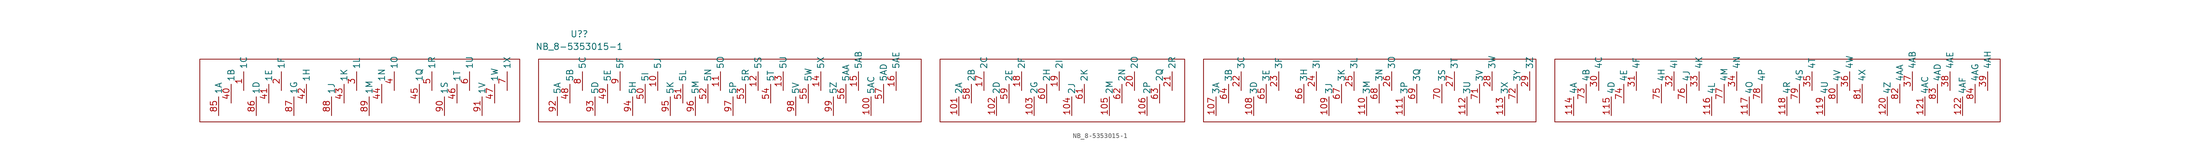
<source format=kicad_sym>
(kicad_symbol_lib
  (version 20211014)
  (generator kicad_symbol_editor)
  (symbol "NB_8-5353015-1"
    (property "Reference" "U?"
      (at -93.345 1.27 0)
      (effects (font (size 1.27 1.27))))
    (property "Value" "NB_8-5353015-1"
      (at -93.345 -1.27 0)
      (effects (font (size 1.27 1.27))))
    (symbol "NB_8-5353015-1_1_0"
      (rectangle (start -170.18 -3.81) (end -105.41 -16.51) (stroke (width 0) (type default) (color 0 0 0 0)) (fill (type none)))
      (rectangle (start -101.6 -3.81) (end -24.13 -16.51) (stroke (width 0) (type default) (color 0 0 0 0)) (fill (type none)))
      (rectangle (start -20.32 -3.81) (end 29.21 -16.51) (stroke (width 0) (type default) (color 0 0 0 0)) (fill (type none)))
      (rectangle (start 100.33 -16.51) (end 33.02 -3.81) (stroke (width 0) (type default) (color 0 0 0 0)) (fill (type none)))
      (rectangle (start 104.14 -3.81) (end 194.31 -16.51) (stroke (width 0) (type default) (color 0 0 0 0)) (fill (type none))))
    (symbol "NB_8-5353015-1_1_1"
      (pin passive line (at -161.29 -10.16 90) (length 3.81) (name "1C" (effects (font (size 1.27 1.27)))) (number "1" (effects (font (size 1.27 1.27)))))
      (pin passive line (at -77.47 -10.16 90) (length 3.81) (name "5J" (effects (font (size 1.27 1.27)))) (number "10" (effects (font (size 1.27 1.27)))))
      (pin passive line (at -34.29 -15.24 90) (length 3.81) (name "5AC" (effects (font (size 1.27 1.27)))) (number "100" (effects (font (size 1.27 1.27)))))
      (pin passive line (at -16.51 -15.24 90) (length 3.81) (name "2A" (effects (font (size 1.27 1.27)))) (number "101" (effects (font (size 1.27 1.27)))))
      (pin passive line (at -8.89 -15.24 90) (length 3.81) (name "2D" (effects (font (size 1.27 1.27)))) (number "102" (effects (font (size 1.27 1.27)))))
      (pin passive line (at -1.27 -15.24 90) (length 3.81) (name "2G" (effects (font (size 1.27 1.27)))) (number "103" (effects (font (size 1.27 1.27)))))
      (pin passive line (at 6.35 -15.24 90) (length 3.81) (name "2J" (effects (font (size 1.27 1.27)))) (number "104" (effects (font (size 1.27 1.27)))))
      (pin passive line (at 13.97 -15.24 90) (length 3.81) (name "2M" (effects (font (size 1.27 1.27)))) (number "105" (effects (font (size 1.27 1.27)))))
      (pin passive line (at 21.59 -15.24 90) (length 3.81) (name "2P" (effects (font (size 1.27 1.27)))) (number "106" (effects (font (size 1.27 1.27)))))
      (pin passive line (at 35.56 -15.24 90) (length 3.81) (name "3A" (effects (font (size 1.27 1.27)))) (number "107" (effects (font (size 1.27 1.27)))))
      (pin passive line (at 43.18 -15.24 90) (length 3.81) (name "3D" (effects (font (size 1.27 1.27)))) (number "108" (effects (font (size 1.27 1.27)))))
      (pin passive line (at 58.42 -15.24 90) (length 3.81) (name "3J" (effects (font (size 1.27 1.27)))) (number "109" (effects (font (size 1.27 1.27)))))
      (pin passive line (at -64.77 -10.16 90) (length 3.81) (name "5O" (effects (font (size 1.27 1.27)))) (number "11" (effects (font (size 1.27 1.27)))))
      (pin passive line (at 66.04 -15.24 90) (length 3.81) (name "3M" (effects (font (size 1.27 1.27)))) (number "110" (effects (font (size 1.27 1.27)))))
      (pin passive line (at 73.66 -15.24 90) (length 3.81) (name "3P" (effects (font (size 1.27 1.27)))) (number "111" (effects (font (size 1.27 1.27)))))
      (pin passive line (at 86.36 -15.24 90) (length 3.81) (name "3U" (effects (font (size 1.27 1.27)))) (number "112" (effects (font (size 1.27 1.27)))))
      (pin passive line (at 93.98 -15.24 90) (length 3.81) (name "3X" (effects (font (size 1.27 1.27)))) (number "113" (effects (font (size 1.27 1.27)))))
      (pin passive line (at 107.95 -15.24 90) (length 3.81) (name "4A" (effects (font (size 1.27 1.27)))) (number "114" (effects (font (size 1.27 1.27)))))
      (pin passive line (at 115.57 -15.24 90) (length 3.81) (name "4D" (effects (font (size 1.27 1.27)))) (number "115" (effects (font (size 1.27 1.27)))))
      (pin passive line (at 135.89 -15.24 90) (length 3.81) (name "4L" (effects (font (size 1.27 1.27)))) (number "116" (effects (font (size 1.27 1.27)))))
      (pin passive line (at 143.51 -15.24 90) (length 3.81) (name "4O" (effects (font (size 1.27 1.27)))) (number "117" (effects (font (size 1.27 1.27)))))
      (pin passive line (at 151.13 -15.24 90) (length 3.81) (name "4R" (effects (font (size 1.27 1.27)))) (number "118" (effects (font (size 1.27 1.27)))))
      (pin passive line (at 158.75 -15.24 90) (length 3.81) (name "4U" (effects (font (size 1.27 1.27)))) (number "119" (effects (font (size 1.27 1.27)))))
      (pin passive line (at -57.15 -10.16 90) (length 3.81) (name "5S" (effects (font (size 1.27 1.27)))) (number "12" (effects (font (size 1.27 1.27)))))
      (pin passive line (at 171.45 -15.24 90) (length 3.81) (name "4Z" (effects (font (size 1.27 1.27)))) (number "120" (effects (font (size 1.27 1.27)))))
      (pin passive line (at 179.07 -15.24 90) (length 3.81) (name "4AC" (effects (font (size 1.27 1.27)))) (number "121" (effects (font (size 1.27 1.27)))))
      (pin passive line (at 186.69 -15.24 90) (length 3.81) (name "4AF" (effects (font (size 1.27 1.27)))) (number "122" (effects (font (size 1.27 1.27)))))
      (pin passive line (at -52.07 -10.16 90) (length 3.81) (name "5U" (effects (font (size 1.27 1.27)))) (number "13" (effects (font (size 1.27 1.27)))))
      (pin passive line (at -44.45 -10.16 90) (length 3.81) (name "5X" (effects (font (size 1.27 1.27)))) (number "14" (effects (font (size 1.27 1.27)))))
      (pin passive line (at -36.83 -10.16 90) (length 3.81) (name "5AB" (effects (font (size 1.27 1.27)))) (number "15" (effects (font (size 1.27 1.27)))))
      (pin passive line (at -29.21 -10.16 90) (length 3.81) (name "5AE" (effects (font (size 1.27 1.27)))) (number "16" (effects (font (size 1.27 1.27)))))
      (pin passive line (at -11.43 -10.16 90) (length 3.81) (name "2C" (effects (font (size 1.27 1.27)))) (number "17" (effects (font (size 1.27 1.27)))))
      (pin passive line (at -3.81 -10.16 90) (length 3.81) (name "2F" (effects (font (size 1.27 1.27)))) (number "18" (effects (font (size 1.27 1.27)))))
      (pin passive line (at 3.81 -10.16 90) (length 3.81) (name "2I" (effects (font (size 1.27 1.27)))) (number "19" (effects (font (size 1.27 1.27)))))
      (pin passive line (at -153.67 -10.16 90) (length 3.81) (name "1F" (effects (font (size 1.27 1.27)))) (number "2" (effects (font (size 1.27 1.27)))))
      (pin passive line (at 19.05 -10.16 90) (length 3.81) (name "2O" (effects (font (size 1.27 1.27)))) (number "20" (effects (font (size 1.27 1.27)))))
      (pin passive line (at 26.67 -10.16 90) (length 3.81) (name "2R" (effects (font (size 1.27 1.27)))) (number "21" (effects (font (size 1.27 1.27)))))
      (pin passive line (at 40.64 -10.16 90) (length 3.81) (name "3C" (effects (font (size 1.27 1.27)))) (number "22" (effects (font (size 1.27 1.27)))))
      (pin passive line (at 48.26 -10.16 90) (length 3.81) (name "3F" (effects (font (size 1.27 1.27)))) (number "23" (effects (font (size 1.27 1.27)))))
      (pin passive line (at 55.88 -10.16 90) (length 3.81) (name "3I" (effects (font (size 1.27 1.27)))) (number "24" (effects (font (size 1.27 1.27)))))
      (pin passive line (at 63.5 -10.16 90) (length 3.81) (name "3L" (effects (font (size 1.27 1.27)))) (number "25" (effects (font (size 1.27 1.27)))))
      (pin passive line (at 71.12 -10.16 90) (length 3.81) (name "3O" (effects (font (size 1.27 1.27)))) (number "26" (effects (font (size 1.27 1.27)))))
      (pin passive line (at 83.82 -10.16 90) (length 3.81) (name "3T" (effects (font (size 1.27 1.27)))) (number "27" (effects (font (size 1.27 1.27)))))
      (pin passive line (at 91.44 -10.16 90) (length 3.81) (name "3W" (effects (font (size 1.27 1.27)))) (number "28" (effects (font (size 1.27 1.27)))))
      (pin passive line (at 99.06 -10.16 90) (length 3.81) (name "3Z" (effects (font (size 1.27 1.27)))) (number "29" (effects (font (size 1.27 1.27)))))
      (pin passive line (at -138.43 -10.16 90) (length 3.81) (name "1L" (effects (font (size 1.27 1.27)))) (number "3" (effects (font (size 1.27 1.27)))))
      (pin passive line (at 113.03 -10.16 90) (length 3.81) (name "4C" (effects (font (size 1.27 1.27)))) (number "30" (effects (font (size 1.27 1.27)))))
      (pin passive line (at 120.65 -10.16 90) (length 3.81) (name "4F" (effects (font (size 1.27 1.27)))) (number "31" (effects (font (size 1.27 1.27)))))
      (pin passive line (at 128.27 -10.16 90) (length 3.81) (name "4I" (effects (font (size 1.27 1.27)))) (number "32" (effects (font (size 1.27 1.27)))))
      (pin passive line (at 133.35 -10.16 90) (length 3.81) (name "4K" (effects (font (size 1.27 1.27)))) (number "33" (effects (font (size 1.27 1.27)))))
      (pin passive line (at 140.97 -10.16 90) (length 3.81) (name "4N" (effects (font (size 1.27 1.27)))) (number "34" (effects (font (size 1.27 1.27)))))
      (pin passive line (at 156.21 -10.16 90) (length 3.81) (name "4T" (effects (font (size 1.27 1.27)))) (number "35" (effects (font (size 1.27 1.27)))))
      (pin passive line (at 163.83 -10.16 90) (length 3.81) (name "4W" (effects (font (size 1.27 1.27)))) (number "36" (effects (font (size 1.27 1.27)))))
      (pin passive line (at 176.53 -10.16 90) (length 3.81) (name "4AB" (effects (font (size 1.27 1.27)))) (number "37" (effects (font (size 1.27 1.27)))))
      (pin passive line (at 184.15 -10.16 90) (length 3.81) (name "4AE" (effects (font (size 1.27 1.27)))) (number "38" (effects (font (size 1.27 1.27)))))
      (pin passive line (at 191.77 -10.16 90) (length 3.81) (name "4AH" (effects (font (size 1.27 1.27)))) (number "39" (effects (font (size 1.27 1.27)))))
      (pin passive line (at -130.81 -10.16 90) (length 3.81) (name "1O" (effects (font (size 1.27 1.27)))) (number "4" (effects (font (size 1.27 1.27)))))
      (pin passive line (at -163.83 -12.7 90) (length 3.81) (name "1B" (effects (font (size 1.27 1.27)))) (number "40" (effects (font (size 1.27 1.27)))))
      (pin passive line (at -156.21 -12.7 90) (length 3.81) (name "1E" (effects (font (size 1.27 1.27)))) (number "41" (effects (font (size 1.27 1.27)))))
      (pin passive line (at -148.59 -12.7 90) (length 3.81) (name "1H" (effects (font (size 1.27 1.27)))) (number "42" (effects (font (size 1.27 1.27)))))
      (pin passive line (at -140.97 -12.7 90) (length 3.81) (name "1K" (effects (font (size 1.27 1.27)))) (number "43" (effects (font (size 1.27 1.27)))))
      (pin passive line (at -133.35 -12.7 90) (length 3.81) (name "1N" (effects (font (size 1.27 1.27)))) (number "44" (effects (font (size 1.27 1.27)))))
      (pin passive line (at -125.73 -12.7 90) (length 3.81) (name "1Q" (effects (font (size 1.27 1.27)))) (number "45" (effects (font (size 1.27 1.27)))))
      (pin passive line (at -118.11 -12.7 90) (length 3.81) (name "1T" (effects (font (size 1.27 1.27)))) (number "46" (effects (font (size 1.27 1.27)))))
      (pin passive line (at -110.49 -12.7 90) (length 3.81) (name "1W" (effects (font (size 1.27 1.27)))) (number "47" (effects (font (size 1.27 1.27)))))
      (pin passive line (at -95.25 -12.7 90) (length 3.81) (name "5B" (effects (font (size 1.27 1.27)))) (number "48" (effects (font (size 1.27 1.27)))))
      (pin passive line (at -87.63 -12.7 90) (length 3.81) (name "5E" (effects (font (size 1.27 1.27)))) (number "49" (effects (font (size 1.27 1.27)))))
      (pin passive line (at -123.19 -10.16 90) (length 3.81) (name "1R" (effects (font (size 1.27 1.27)))) (number "5" (effects (font (size 1.27 1.27)))))
      (pin passive line (at -80.01 -12.7 90) (length 3.81) (name "5I" (effects (font (size 1.27 1.27)))) (number "50" (effects (font (size 1.27 1.27)))))
      (pin passive line (at -72.39 -12.7 90) (length 3.81) (name "5L" (effects (font (size 1.27 1.27)))) (number "51" (effects (font (size 1.27 1.27)))))
      (pin passive line (at -67.31 -12.7 90) (length 3.81) (name "5N" (effects (font (size 1.27 1.27)))) (number "52" (effects (font (size 1.27 1.27)))))
      (pin passive line (at -59.69 -12.7 90) (length 3.81) (name "5R" (effects (font (size 1.27 1.27)))) (number "53" (effects (font (size 1.27 1.27)))))
      (pin passive line (at -54.61 -12.7 90) (length 3.81) (name "5T" (effects (font (size 1.27 1.27)))) (number "54" (effects (font (size 1.27 1.27)))))
      (pin passive line (at -46.99 -12.7 90) (length 3.81) (name "5W" (effects (font (size 1.27 1.27)))) (number "55" (effects (font (size 1.27 1.27)))))
      (pin passive line (at -39.37 -12.7 90) (length 3.81) (name "5AA" (effects (font (size 1.27 1.27)))) (number "56" (effects (font (size 1.27 1.27)))))
      (pin passive line (at -31.75 -12.7 90) (length 3.81) (name "5AD" (effects (font (size 1.27 1.27)))) (number "57" (effects (font (size 1.27 1.27)))))
      (pin passive line (at -13.97 -12.7 90) (length 3.81) (name "2B" (effects (font (size 1.27 1.27)))) (number "58" (effects (font (size 1.27 1.27)))))
      (pin passive line (at -6.35 -12.7 90) (length 3.81) (name "2E" (effects (font (size 1.27 1.27)))) (number "59" (effects (font (size 1.27 1.27)))))
      (pin passive line (at -115.57 -10.16 90) (length 3.81) (name "1U" (effects (font (size 1.27 1.27)))) (number "6" (effects (font (size 1.27 1.27)))))
      (pin passive line (at 1.27 -12.7 90) (length 3.81) (name "2H" (effects (font (size 1.27 1.27)))) (number "60" (effects (font (size 1.27 1.27)))))
      (pin passive line (at 8.89 -12.7 90) (length 3.81) (name "2K" (effects (font (size 1.27 1.27)))) (number "61" (effects (font (size 1.27 1.27)))))
      (pin passive line (at 16.51 -12.7 90) (length 3.81) (name "2N" (effects (font (size 1.27 1.27)))) (number "62" (effects (font (size 1.27 1.27)))))
      (pin passive line (at 24.13 -12.7 90) (length 3.81) (name "2Q" (effects (font (size 1.27 1.27)))) (number "63" (effects (font (size 1.27 1.27)))))
      (pin passive line (at 38.1 -12.7 90) (length 3.81) (name "3B" (effects (font (size 1.27 1.27)))) (number "64" (effects (font (size 1.27 1.27)))))
      (pin passive line (at 45.72 -12.7 90) (length 3.81) (name "3E" (effects (font (size 1.27 1.27)))) (number "65" (effects (font (size 1.27 1.27)))))
      (pin passive line (at 53.34 -12.7 90) (length 3.81) (name "3H" (effects (font (size 1.27 1.27)))) (number "66" (effects (font (size 1.27 1.27)))))
      (pin passive line (at 60.96 -12.7 90) (length 3.81) (name "3K" (effects (font (size 1.27 1.27)))) (number "67" (effects (font (size 1.27 1.27)))))
      (pin passive line (at 68.58 -12.7 90) (length 3.81) (name "3N" (effects (font (size 1.27 1.27)))) (number "68" (effects (font (size 1.27 1.27)))))
      (pin passive line (at 76.2 -12.7 90) (length 3.81) (name "3Q" (effects (font (size 1.27 1.27)))) (number "69" (effects (font (size 1.27 1.27)))))
      (pin passive line (at -107.95 -10.16 90) (length 3.81) (name "1X" (effects (font (size 1.27 1.27)))) (number "7" (effects (font (size 1.27 1.27)))))
      (pin passive line (at 81.28 -12.7 90) (length 3.81) (name "3S" (effects (font (size 1.27 1.27)))) (number "70" (effects (font (size 1.27 1.27)))))
      (pin passive line (at 88.9 -12.7 90) (length 3.81) (name "3V" (effects (font (size 1.27 1.27)))) (number "71" (effects (font (size 1.27 1.27)))))
      (pin passive line (at 96.52 -12.7 90) (length 3.81) (name "3Y" (effects (font (size 1.27 1.27)))) (number "72" (effects (font (size 1.27 1.27)))))
      (pin passive line (at 110.49 -12.7 90) (length 3.81) (name "4B" (effects (font (size 1.27 1.27)))) (number "73" (effects (font (size 1.27 1.27)))))
      (pin passive line (at 118.11 -12.7 90) (length 3.81) (name "4E" (effects (font (size 1.27 1.27)))) (number "74" (effects (font (size 1.27 1.27)))))
      (pin passive line (at 125.73 -12.7 90) (length 3.81) (name "4H" (effects (font (size 1.27 1.27)))) (number "75" (effects (font (size 1.27 1.27)))))
      (pin passive line (at 130.81 -12.7 90) (length 3.81) (name "4J" (effects (font (size 1.27 1.27)))) (number "76" (effects (font (size 1.27 1.27)))))
      (pin passive line (at 138.43 -12.7 90) (length 3.81) (name "4M" (effects (font (size 1.27 1.27)))) (number "77" (effects (font (size 1.27 1.27)))))
      (pin passive line (at 146.05 -12.7 90) (length 3.81) (name "4P" (effects (font (size 1.27 1.27)))) (number "78" (effects (font (size 1.27 1.27)))))
      (pin passive line (at 153.67 -12.7 90) (length 3.81) (name "4S" (effects (font (size 1.27 1.27)))) (number "79" (effects (font (size 1.27 1.27)))))
      (pin passive line (at -92.71 -10.16 90) (length 3.81) (name "5C" (effects (font (size 1.27 1.27)))) (number "8" (effects (font (size 1.27 1.27)))))
      (pin passive line (at 161.29 -12.7 90) (length 3.81) (name "4V" (effects (font (size 1.27 1.27)))) (number "80" (effects (font (size 1.27 1.27)))))
      (pin passive line (at 166.37 -12.7 90) (length 3.81) (name "4X" (effects (font (size 1.27 1.27)))) (number "81" (effects (font (size 1.27 1.27)))))
      (pin passive line (at 173.99 -12.7 90) (length 3.81) (name "4AA" (effects (font (size 1.27 1.27)))) (number "82" (effects (font (size 1.27 1.27)))))
      (pin passive line (at 181.61 -12.7 90) (length 3.81) (name "4AD" (effects (font (size 1.27 1.27)))) (number "83" (effects (font (size 1.27 1.27)))))
      (pin passive line (at 189.23 -12.7 90) (length 3.81) (name "4AG" (effects (font (size 1.27 1.27)))) (number "84" (effects (font (size 1.27 1.27)))))
      (pin passive line (at -166.37 -15.24 90) (length 3.81) (name "1A" (effects (font (size 1.27 1.27)))) (number "85" (effects (font (size 1.27 1.27)))))
      (pin passive line (at -158.75 -15.24 90) (length 3.81) (name "1D" (effects (font (size 1.27 1.27)))) (number "86" (effects (font (size 1.27 1.27)))))
      (pin passive line (at -151.13 -15.24 90) (length 3.81) (name "1G" (effects (font (size 1.27 1.27)))) (number "87" (effects (font (size 1.27 1.27)))))
      (pin passive line (at -143.51 -15.24 90) (length 3.81) (name "1J" (effects (font (size 1.27 1.27)))) (number "88" (effects (font (size 1.27 1.27)))))
      (pin passive line (at -135.89 -15.24 90) (length 3.81) (name "1M" (effects (font (size 1.27 1.27)))) (number "89" (effects (font (size 1.27 1.27)))))
      (pin passive line (at -85.09 -10.16 90) (length 3.81) (name "5F" (effects (font (size 1.27 1.27)))) (number "9" (effects (font (size 1.27 1.27)))))
      (pin passive line (at -120.65 -15.24 90) (length 3.81) (name "1S" (effects (font (size 1.27 1.27)))) (number "90" (effects (font (size 1.27 1.27)))))
      (pin passive line (at -113.03 -15.24 90) (length 3.81) (name "1V" (effects (font (size 1.27 1.27)))) (number "91" (effects (font (size 1.27 1.27)))))
      (pin passive line (at -97.79 -15.24 90) (length 3.81) (name "5A" (effects (font (size 1.27 1.27)))) (number "92" (effects (font (size 1.27 1.27)))))
      (pin passive line (at -90.17 -15.24 90) (length 3.81) (name "5D" (effects (font (size 1.27 1.27)))) (number "93" (effects (font (size 1.27 1.27)))))
      (pin passive line (at -82.55 -15.24 90) (length 3.81) (name "5H" (effects (font (size 1.27 1.27)))) (number "94" (effects (font (size 1.27 1.27)))))
      (pin passive line (at -74.93 -15.24 90) (length 3.81) (name "5K" (effects (font (size 1.27 1.27)))) (number "95" (effects (font (size 1.27 1.27)))))
      (pin passive line (at -69.85 -15.24 90) (length 3.81) (name "5M" (effects (font (size 1.27 1.27)))) (number "96" (effects (font (size 1.27 1.27)))))
      (pin passive line (at -62.23 -15.24 90) (length 3.81) (name "5P" (effects (font (size 1.27 1.27)))) (number "97" (effects (font (size 1.27 1.27)))))
      (pin passive line (at -49.53 -15.24 90) (length 3.81) (name "5V" (effects (font (size 1.27 1.27)))) (number "98" (effects (font (size 1.27 1.27)))))
      (pin passive line (at -41.91 -15.24 90) (length 3.81) (name "5Z" (effects (font (size 1.27 1.27)))) (number "99" (effects (font (size 1.27 1.27))))))))
</source>
